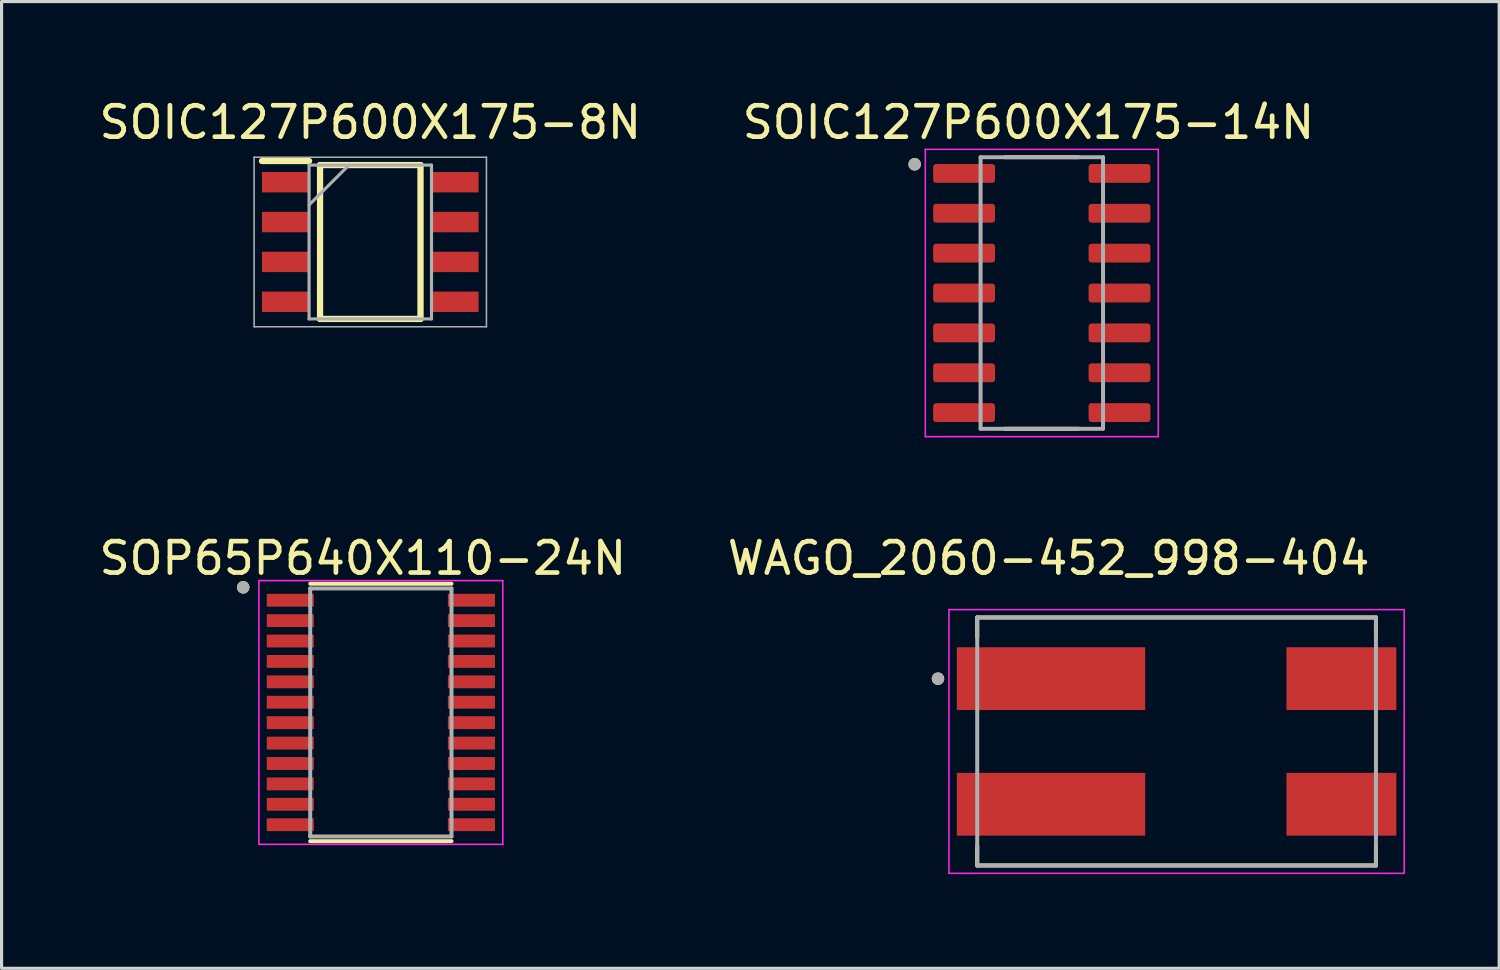
<source format=kicad_pcb>
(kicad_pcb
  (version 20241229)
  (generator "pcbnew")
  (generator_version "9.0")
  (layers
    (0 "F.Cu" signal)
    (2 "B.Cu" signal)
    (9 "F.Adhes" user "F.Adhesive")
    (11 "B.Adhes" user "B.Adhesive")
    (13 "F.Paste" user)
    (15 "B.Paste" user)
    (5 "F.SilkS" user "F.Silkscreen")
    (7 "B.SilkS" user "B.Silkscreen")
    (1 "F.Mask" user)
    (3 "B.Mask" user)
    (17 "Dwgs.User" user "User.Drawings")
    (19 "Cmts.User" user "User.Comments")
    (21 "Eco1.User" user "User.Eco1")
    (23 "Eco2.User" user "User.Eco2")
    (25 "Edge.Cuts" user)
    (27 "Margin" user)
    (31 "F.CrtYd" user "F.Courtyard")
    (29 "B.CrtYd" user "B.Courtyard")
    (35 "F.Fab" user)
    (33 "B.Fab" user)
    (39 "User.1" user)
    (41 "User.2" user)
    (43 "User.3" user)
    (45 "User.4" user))
  (footprint "SOIC127P600X175-14N"
    (layer "F.Cu")
    (at 30.133 6.283)
    (property "Reference" "SOIC127P600X175-14N" (at -0.425 -5.435 0) (layer "F.SilkS") (effects (font (size 1 1) (thickness 0.15))))
    (attr smd)
    (fp_line (start -1.17 -4.325) (end 1.17 -4.325) (stroke (width 0.127) (type solid)) (layer "F.SilkS"))
    (fp_line (start -1.17 4.325) (end 1.17 4.325) (stroke (width 0.127) (type solid)) (layer "F.SilkS"))
    (fp_circle (center -4.05 -4.1) (end -3.95 -4.1) (stroke (width 0.2) (type solid)) (fill no) (layer "F.SilkS"))
    (fp_line (start -3.71 -4.575) (end 3.71 -4.575) (stroke (width 0.05) (type solid)) (layer "F.CrtYd"))
    (fp_line (start -3.71 4.575) (end -3.71 -4.575) (stroke (width 0.05) (type solid)) (layer "F.CrtYd"))
    (fp_line (start 3.71 -4.575) (end 3.71 4.575) (stroke (width 0.05) (type solid)) (layer "F.CrtYd"))
    (fp_line (start 3.71 4.575) (end -3.71 4.575) (stroke (width 0.05) (type solid)) (layer "F.CrtYd"))
    (fp_line (start -1.95 -4.325) (end 1.95 -4.325) (stroke (width 0.127) (type solid)) (layer "F.Fab"))
    (fp_line (start -1.95 4.325) (end -1.95 -4.325) (stroke (width 0.127) (type solid)) (layer "F.Fab"))
    (fp_line (start 1.95 -4.325) (end 1.95 4.325) (stroke (width 0.127) (type solid)) (layer "F.Fab"))
    (fp_line (start 1.95 4.325) (end -1.95 4.325) (stroke (width 0.127) (type solid)) (layer "F.Fab"))
    (fp_circle (center -4.05 -4.1) (end -3.95 -4.1) (stroke (width 0.2) (type solid)) (fill no) (layer "F.Fab"))
    (pad "1" smd roundrect (at -2.475 -3.81) (size 1.97 0.6) (layers "F.Cu" "F.Mask" "F.Paste") (roundrect_rratio 0.15))
    (pad "2" smd roundrect (at -2.475 -2.54) (size 1.97 0.6) (layers "F.Cu" "F.Mask" "F.Paste") (roundrect_rratio 0.15))
    (pad "3" smd roundrect (at -2.475 -1.27) (size 1.97 0.6) (layers "F.Cu" "F.Mask" "F.Paste") (roundrect_rratio 0.15))
    (pad "4" smd roundrect (at -2.475 0) (size 1.97 0.6) (layers "F.Cu" "F.Mask" "F.Paste") (roundrect_rratio 0.15))
    (pad "5" smd roundrect (at -2.475 1.27) (size 1.97 0.6) (layers "F.Cu" "F.Mask" "F.Paste") (roundrect_rratio 0.15))
    (pad "6" smd roundrect (at -2.475 2.54) (size 1.97 0.6) (layers "F.Cu" "F.Mask" "F.Paste") (roundrect_rratio 0.15))
    (pad "7" smd roundrect (at -2.475 3.81) (size 1.97 0.6) (layers "F.Cu" "F.Mask" "F.Paste") (roundrect_rratio 0.15))
    (pad "8" smd roundrect (at 2.475 3.81) (size 1.97 0.6) (layers "F.Cu" "F.Mask" "F.Paste") (roundrect_rratio 0.15))
    (pad "9" smd roundrect (at 2.475 2.54) (size 1.97 0.6) (layers "F.Cu" "F.Mask" "F.Paste") (roundrect_rratio 0.15))
    (pad "10" smd roundrect (at 2.475 1.27) (size 1.97 0.6) (layers "F.Cu" "F.Mask" "F.Paste") (roundrect_rratio 0.15))
    (pad "11" smd roundrect (at 2.475 0) (size 1.97 0.6) (layers "F.Cu" "F.Mask" "F.Paste") (roundrect_rratio 0.15))
    (pad "12" smd roundrect (at 2.475 -1.27) (size 1.97 0.6) (layers "F.Cu" "F.Mask" "F.Paste") (roundrect_rratio 0.15))
    (pad "13" smd roundrect (at 2.475 -2.54) (size 1.97 0.6) (layers "F.Cu" "F.Mask" "F.Paste") (roundrect_rratio 0.15))
    (pad "14" smd roundrect (at 2.475 -3.81) (size 1.97 0.6) (layers "F.Cu" "F.Mask" "F.Paste") (roundrect_rratio 0.15)))
  (footprint "SOP65P640X110-24N"
    (layer "F.Cu")
    (at 9.081 19.643)
    (property "Reference" "SOP65P640X110-24N" (at -0.575 -4.912 0) (layer "F.SilkS") (effects (font (size 1 1) (thickness 0.15))))
    (attr smd)
    (fp_line (start -2.25 -4.1) (end 2.25 -4.1) (stroke (width 0.127) (type solid)) (layer "F.SilkS"))
    (fp_line (start -2.25 4.1) (end 2.25 4.1) (stroke (width 0.127) (type solid)) (layer "F.SilkS"))
    (fp_circle (center -4.385 -3.985) (end -4.285 -3.985) (stroke (width 0.2) (type solid)) (fill no) (layer "F.SilkS"))
    (fp_line (start -3.885 -4.2) (end -3.885 4.2) (stroke (width 0.05) (type solid)) (layer "F.CrtYd"))
    (fp_line (start -3.885 -4.2) (end 3.885 -4.2) (stroke (width 0.05) (type solid)) (layer "F.CrtYd"))
    (fp_line (start -3.885 4.2) (end 3.885 4.2) (stroke (width 0.05) (type solid)) (layer "F.CrtYd"))
    (fp_line (start 3.885 -4.2) (end 3.885 4.2) (stroke (width 0.05) (type solid)) (layer "F.CrtYd"))
    (fp_line (start -2.25 -3.95) (end -2.25 3.95) (stroke (width 0.127) (type solid)) (layer "F.Fab"))
    (fp_line (start -2.25 -3.95) (end 2.25 -3.95) (stroke (width 0.127) (type solid)) (layer "F.Fab"))
    (fp_line (start -2.25 3.95) (end 2.25 3.95) (stroke (width 0.127) (type solid)) (layer "F.Fab"))
    (fp_line (start 2.25 -3.95) (end 2.25 3.95) (stroke (width 0.127) (type solid)) (layer "F.Fab"))
    (fp_circle (center -4.385 -3.985) (end -4.285 -3.985) (stroke (width 0.2) (type solid)) (fill no) (layer "F.Fab"))
    (pad "1" smd roundrect (at -2.885 -3.575) (size 1.5 0.41) (layers "F.Cu" "F.Mask" "F.Paste") (roundrect_rratio 0.05))
    (pad "2" smd roundrect (at -2.885 -2.925) (size 1.5 0.41) (layers "F.Cu" "F.Mask" "F.Paste") (roundrect_rratio 0.05))
    (pad "3" smd roundrect (at -2.885 -2.275) (size 1.5 0.41) (layers "F.Cu" "F.Mask" "F.Paste") (roundrect_rratio 0.05))
    (pad "4" smd roundrect (at -2.885 -1.625) (size 1.5 0.41) (layers "F.Cu" "F.Mask" "F.Paste") (roundrect_rratio 0.05))
    (pad "5" smd roundrect (at -2.885 -0.975) (size 1.5 0.41) (layers "F.Cu" "F.Mask" "F.Paste") (roundrect_rratio 0.05))
    (pad "6" smd roundrect (at -2.885 -0.325) (size 1.5 0.41) (layers "F.Cu" "F.Mask" "F.Paste") (roundrect_rratio 0.05))
    (pad "7" smd roundrect (at -2.885 0.325) (size 1.5 0.41) (layers "F.Cu" "F.Mask" "F.Paste") (roundrect_rratio 0.05))
    (pad "8" smd roundrect (at -2.885 0.975) (size 1.5 0.41) (layers "F.Cu" "F.Mask" "F.Paste") (roundrect_rratio 0.05))
    (pad "9" smd roundrect (at -2.885 1.625) (size 1.5 0.41) (layers "F.Cu" "F.Mask" "F.Paste") (roundrect_rratio 0.05))
    (pad "10" smd roundrect (at -2.885 2.275) (size 1.5 0.41) (layers "F.Cu" "F.Mask" "F.Paste") (roundrect_rratio 0.05))
    (pad "11" smd roundrect (at -2.885 2.925) (size 1.5 0.41) (layers "F.Cu" "F.Mask" "F.Paste") (roundrect_rratio 0.05))
    (pad "12" smd roundrect (at -2.885 3.575) (size 1.5 0.41) (layers "F.Cu" "F.Mask" "F.Paste") (roundrect_rratio 0.05))
    (pad "13" smd roundrect (at 2.885 3.575) (size 1.5 0.41) (layers "F.Cu" "F.Mask" "F.Paste") (roundrect_rratio 0.05))
    (pad "14" smd roundrect (at 2.885 2.925) (size 1.5 0.41) (layers "F.Cu" "F.Mask" "F.Paste") (roundrect_rratio 0.05))
    (pad "15" smd roundrect (at 2.885 2.275) (size 1.5 0.41) (layers "F.Cu" "F.Mask" "F.Paste") (roundrect_rratio 0.05))
    (pad "16" smd roundrect (at 2.885 1.625) (size 1.5 0.41) (layers "F.Cu" "F.Mask" "F.Paste") (roundrect_rratio 0.05))
    (pad "17" smd roundrect (at 2.885 0.975) (size 1.5 0.41) (layers "F.Cu" "F.Mask" "F.Paste") (roundrect_rratio 0.05))
    (pad "18" smd roundrect (at 2.885 0.325) (size 1.5 0.41) (layers "F.Cu" "F.Mask" "F.Paste") (roundrect_rratio 0.05))
    (pad "19" smd roundrect (at 2.885 -0.325) (size 1.5 0.41) (layers "F.Cu" "F.Mask" "F.Paste") (roundrect_rratio 0.05))
    (pad "20" smd roundrect (at 2.885 -0.975) (size 1.5 0.41) (layers "F.Cu" "F.Mask" "F.Paste") (roundrect_rratio 0.05))
    (pad "21" smd roundrect (at 2.885 -1.625) (size 1.5 0.41) (layers "F.Cu" "F.Mask" "F.Paste") (roundrect_rratio 0.05))
    (pad "22" smd roundrect (at 2.885 -2.275) (size 1.5 0.41) (layers "F.Cu" "F.Mask" "F.Paste") (roundrect_rratio 0.05))
    (pad "23" smd roundrect (at 2.885 -2.925) (size 1.5 0.41) (layers "F.Cu" "F.Mask" "F.Paste") (roundrect_rratio 0.05))
    (pad "24" smd roundrect (at 2.885 -3.575) (size 1.5 0.41) (layers "F.Cu" "F.Mask" "F.Paste") (roundrect_rratio 0.05)))
  (footprint "WAGO_2060-452_998-404"
    (layer "F.Cu")
    (at 34.426 20.567)
    (property "Reference" "WAGO_2060-452_998-404" (at -4.075 -5.835 0) (layer "F.SilkS") (effects (font (size 1 1) (thickness 0.15))))
    (attr smd)
    (fp_line (start -6.35 -3.95) (end -6.35 -3.32) (stroke (width 0.127) (type solid)) (layer "F.SilkS"))
    (fp_line (start -6.35 3.95) (end -6.35 3.32) (stroke (width 0.127) (type solid)) (layer "F.SilkS"))
    (fp_line (start -6.35 3.95) (end 6.35 3.95) (stroke (width 0.127) (type solid)) (layer "F.SilkS"))
    (fp_line (start 6.35 -3.95) (end -6.35 -3.95) (stroke (width 0.127) (type solid)) (layer "F.SilkS"))
    (fp_line (start 6.35 -3.32) (end 6.35 -3.95) (stroke (width 0.127) (type solid)) (layer "F.SilkS"))
    (fp_line (start 6.35 3.95) (end 6.35 3.32) (stroke (width 0.127) (type solid)) (layer "F.SilkS"))
    (fp_circle (center -7.6 -2) (end -7.5 -2) (stroke (width 0.2) (type solid)) (fill no) (layer "F.SilkS"))
    (fp_line (start -7.25 -4.2) (end -7.25 4.2) (stroke (width 0.05) (type solid)) (layer "F.CrtYd"))
    (fp_line (start -7.25 4.2) (end 7.25 4.2) (stroke (width 0.05) (type solid)) (layer "F.CrtYd"))
    (fp_line (start 7.25 -4.2) (end -7.25 -4.2) (stroke (width 0.05) (type solid)) (layer "F.CrtYd"))
    (fp_line (start 7.25 4.2) (end 7.25 -4.2) (stroke (width 0.05) (type solid)) (layer "F.CrtYd"))
    (fp_line (start -6.35 -3.95) (end -6.35 3.95) (stroke (width 0.127) (type solid)) (layer "F.Fab"))
    (fp_line (start -6.35 3.95) (end 6.35 3.95) (stroke (width 0.127) (type solid)) (layer "F.Fab"))
    (fp_line (start 6.35 -3.95) (end -6.35 -3.95) (stroke (width 0.127) (type solid)) (layer "F.Fab"))
    (fp_line (start 6.35 3.95) (end 6.35 -3.95) (stroke (width 0.127) (type solid)) (layer "F.Fab"))
    (fp_circle (center -7.6 -2) (end -7.5 -2) (stroke (width 0.2) (type solid)) (fill no) (layer "F.Fab"))
    (pad "1_1" smd rect (at -4 -2) (size 6 2) (layers "F.Cu" "F.Mask" "F.Paste"))
    (pad "1_2" smd rect (at 5.25 -2) (size 3.5 2) (layers "F.Cu" "F.Mask" "F.Paste"))
    (pad "2_1" smd rect (at -4 2) (size 6 2) (layers "F.Cu" "F.Mask" "F.Paste"))
    (pad "2_2" smd rect (at 5.25 2) (size 3.5 2) (layers "F.Cu" "F.Mask" "F.Paste")))
  (footprint "SOIC127P600X175-8N"
    (layer "F.Cu")
    (at 8.744 4.658)
    (property "Reference" "SOIC127P600X175-8N" (at 0 -3.81 0) (layer "F.SilkS") (effects (font (size 1 1) (thickness 0.15))))
    (attr smd)
    (fp_line (start -3.45 -2.58) (end -1.95 -2.58) (stroke (width 0.2) (type solid)) (layer "F.SilkS"))
    (fp_line (start -1.6 -2.45) (end 1.6 -2.45) (stroke (width 0.2) (type solid)) (layer "F.SilkS"))
    (fp_line (start -1.6 2.45) (end -1.6 -2.45) (stroke (width 0.2) (type solid)) (layer "F.SilkS"))
    (fp_line (start 1.6 -2.45) (end 1.6 2.45) (stroke (width 0.2) (type solid)) (layer "F.SilkS"))
    (fp_line (start 1.6 2.45) (end -1.6 2.45) (stroke (width 0.2) (type solid)) (layer "F.SilkS"))
    (fp_line (start -3.7 -2.7) (end 3.7 -2.7) (stroke (width 0.05) (type solid)) (layer "F.Fab"))
    (fp_line (start -3.7 2.7) (end -3.7 -2.7) (stroke (width 0.05) (type solid)) (layer "F.Fab"))
    (fp_line (start -1.95 -2.45) (end 1.95 -2.45) (stroke (width 0.1) (type solid)) (layer "F.Fab"))
    (fp_line (start -1.95 -1.18) (end -0.68 -2.45) (stroke (width 0.1) (type solid)) (layer "F.Fab"))
    (fp_line (start -1.95 2.45) (end -1.95 -2.45) (stroke (width 0.1) (type solid)) (layer "F.Fab"))
    (fp_line (start 1.95 -2.45) (end 1.95 2.45) (stroke (width 0.1) (type solid)) (layer "F.Fab"))
    (fp_line (start 1.95 2.45) (end -1.95 2.45) (stroke (width 0.1) (type solid)) (layer "F.Fab"))
    (fp_line (start 3.7 -2.7) (end 3.7 2.7) (stroke (width 0.05) (type solid)) (layer "F.Fab"))
    (fp_line (start 3.7 2.7) (end -3.7 2.7) (stroke (width 0.05) (type solid)) (layer "F.Fab"))
    (pad "1" smd rect (at -2.7 -1.905) (size 1.5 0.65) (layers "F.Cu" "F.Mask" "F.Paste"))
    (pad "2" smd rect (at -2.7 -0.635) (size 1.5 0.65) (layers "F.Cu" "F.Mask" "F.Paste"))
    (pad "3" smd rect (at -2.7 0.635) (size 1.5 0.65) (layers "F.Cu" "F.Mask" "F.Paste"))
    (pad "4" smd rect (at -2.7 1.905) (size 1.5 0.65) (layers "F.Cu" "F.Mask" "F.Paste"))
    (pad "5" smd rect (at 2.7 1.905) (size 1.5 0.65) (layers "F.Cu" "F.Mask" "F.Paste"))
    (pad "6" smd rect (at 2.7 0.635) (size 1.5 0.65) (layers "F.Cu" "F.Mask" "F.Paste"))
    (pad "7" smd rect (at 2.7 -0.635) (size 1.5 0.65) (layers "F.Cu" "F.Mask" "F.Paste"))
    (pad "8" smd rect (at 2.7 -1.905) (size 1.5 0.65) (layers "F.Cu" "F.Mask" "F.Paste")))
  (gr_rect
    (start -3 -3)
    (end 44.701 27.791)
    (stroke (width 0.1) (type default))
    (fill no)
    (layer "Edge.Cuts")))
</source>
